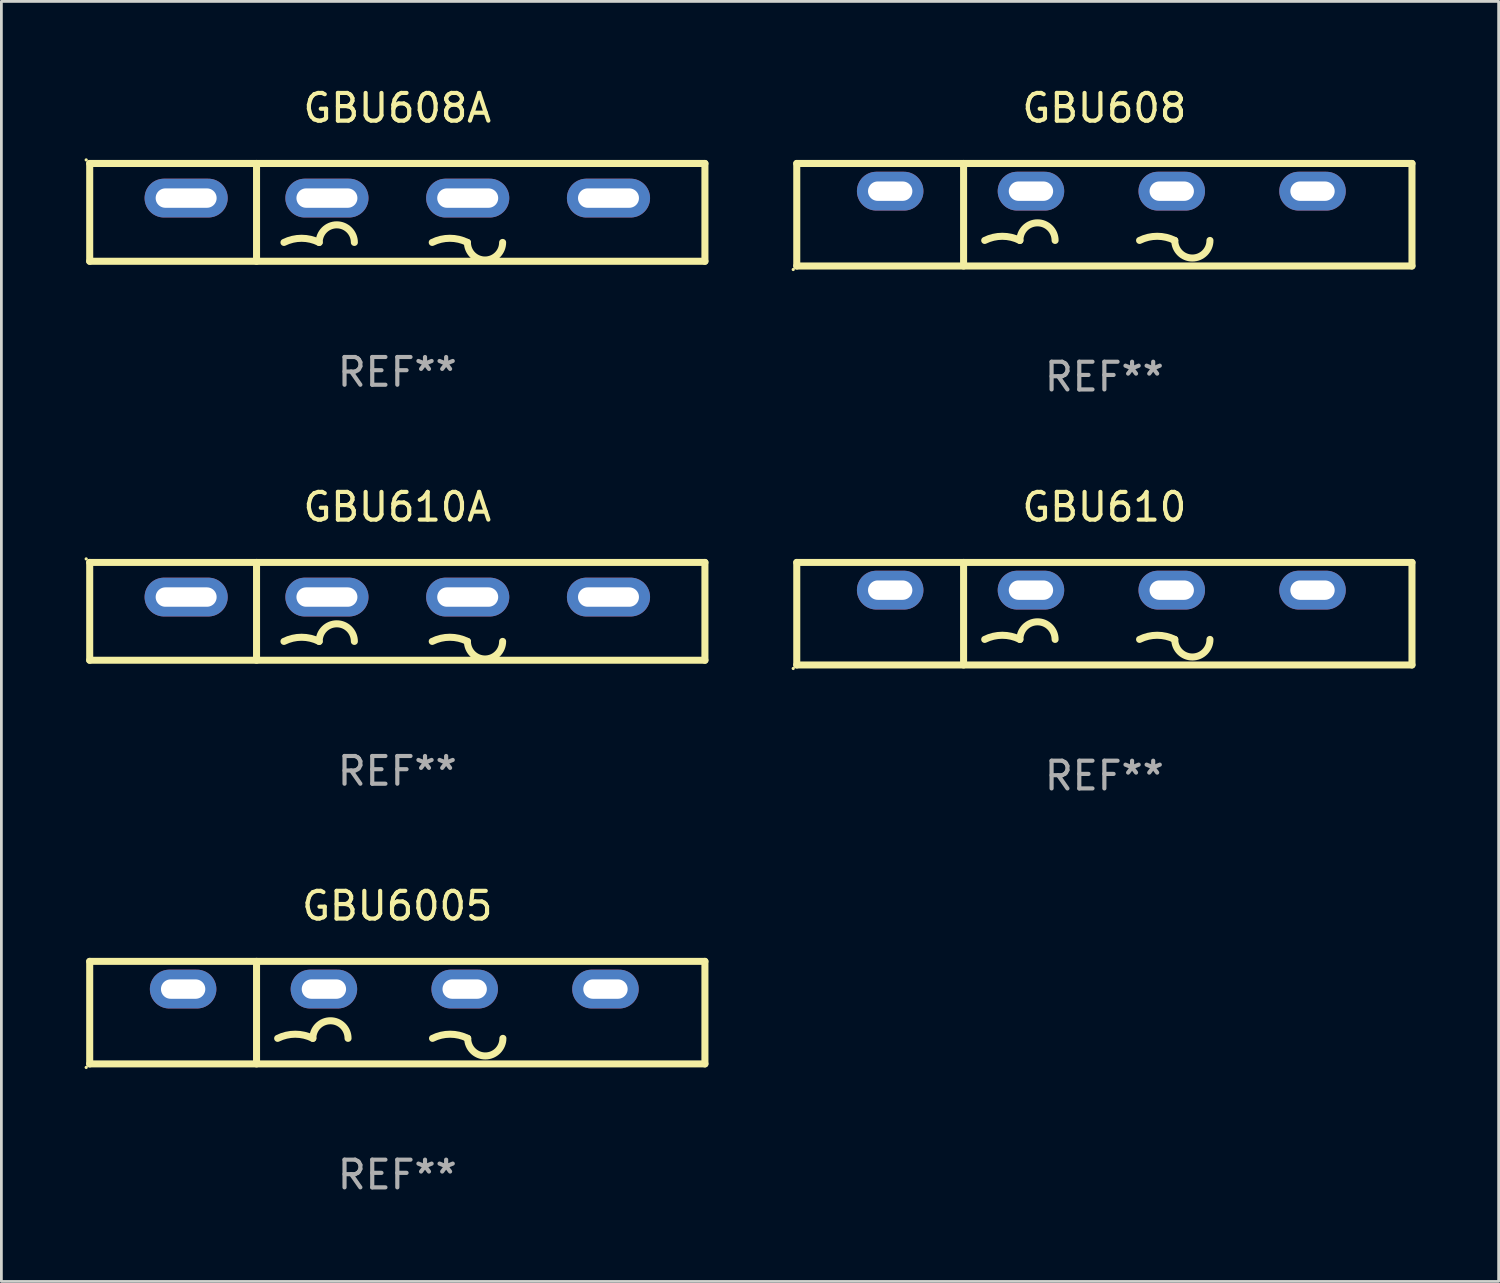
<source format=kicad_pcb>
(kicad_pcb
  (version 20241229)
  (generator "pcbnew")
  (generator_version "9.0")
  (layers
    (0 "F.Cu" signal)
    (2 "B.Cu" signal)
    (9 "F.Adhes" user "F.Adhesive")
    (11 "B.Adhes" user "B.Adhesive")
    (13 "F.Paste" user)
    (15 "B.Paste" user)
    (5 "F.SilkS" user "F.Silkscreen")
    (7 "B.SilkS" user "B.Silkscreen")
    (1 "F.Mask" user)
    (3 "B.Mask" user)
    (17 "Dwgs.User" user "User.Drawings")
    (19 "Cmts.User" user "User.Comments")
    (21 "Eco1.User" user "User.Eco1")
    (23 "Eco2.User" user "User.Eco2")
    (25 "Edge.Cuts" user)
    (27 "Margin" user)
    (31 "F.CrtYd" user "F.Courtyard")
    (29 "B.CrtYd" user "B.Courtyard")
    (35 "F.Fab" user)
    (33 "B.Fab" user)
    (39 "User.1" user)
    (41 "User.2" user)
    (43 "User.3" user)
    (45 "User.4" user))
  (footprint "GBU608A"
    (layer "F.Cu")
    (at 11.287 4.613)
    (property "Reference" "GBU608A" (at 0 -3.765 0) (layer "F.SilkS") (effects (font (size 1 1) (thickness 0.15))))
    (attr through_hole)
    (fp_line (start -11.1 -1.765) (end 11.1 -1.765) (stroke (width 0.254) (type solid)) (layer "F.SilkS"))
    (fp_line (start -11.1 1.765) (end -11.1 -1.765) (stroke (width 0.254) (type solid)) (layer "F.SilkS"))
    (fp_line (start -5.08 -1.765) (end -5.08 1.765) (stroke (width 0.254) (type solid)) (layer "F.SilkS"))
    (fp_line (start 11.1 -1.765) (end 11.1 1.765) (stroke (width 0.254) (type solid)) (layer "F.SilkS"))
    (fp_line (start 11.1 1.765) (end -11.1 1.765) (stroke (width 0.254) (type solid)) (layer "F.SilkS"))
    (fp_arc (start -4.089992 1.084963) (mid -3.454991 0.93506) (end -2.819989 1.084963) (stroke (width 0.254001) (type solid)) (layer "F.SilkS"))
    (fp_arc (start -2.819991 1.084963) (mid -2.184989 0.449961) (end -1.549987 1.084963) (stroke (width 0.254001) (type solid)) (layer "F.SilkS"))
    (fp_arc (start 1.259995 1.084963) (mid 1.894996 0.93506) (end 2.529998 1.084963) (stroke (width 0.254001) (type solid)) (layer "F.SilkS"))
    (fp_arc (start 3.8 1.084963) (mid 3.164999 1.719964) (end 2.529998 1.084963) (stroke (width 0.254001) (type solid)) (layer "F.SilkS"))
    (fp_circle (center -11.227 -1.892) (end -11.197 -1.892) (stroke (width 0.06) (type solid)) (fill no) (layer "F.SilkS"))
    (fp_text user "-" (at 8.65 3.335 0) (layer "B.Mask") (effects (font (size 1 1) (thickness 0.15))))
    (fp_text user "+" (at -7 3.085 0) (layer "B.Mask") (effects (font (size 1 1) (thickness 0.15))))
    (fp_text user "REF**" (at 0 5.765 0) (layer "F.Fab") (effects (font (size 1 1) (thickness 0.15))))
    (pad "1" thru_hole oval (at -7.62 -0.515 180) (size 3 1.4) (drill oval 2.2 0.7) (layers "*.Cu" "*.Mask"))
    (pad "2" thru_hole oval (at -2.54 -0.515 180) (size 3 1.4) (drill oval 2.2 0.7) (layers "*.Cu" "*.Mask"))
    (pad "3" thru_hole oval (at 2.54 -0.515 180) (size 3 1.4) (drill oval 2.2 0.7) (layers "*.Cu" "*.Mask"))
    (pad "4" thru_hole oval (at 7.62 -0.515 180) (size 3 1.4) (drill oval 2.2 0.7) (layers "*.Cu" "*.Mask")))
  (footprint "GBU608"
    (layer "F.Cu")
    (at 36.801 4.698)
    (property "Reference" "GBU608" (at 0 -3.85 0) (layer "F.SilkS") (effects (font (size 1 1) (thickness 0.15))))
    (attr through_hole)
    (fp_line (start -11.1 -1.85) (end 11.1 -1.85) (stroke (width 0.254) (type solid)) (layer "F.SilkS"))
    (fp_line (start -11.1 1.85) (end -11.1 -1.85) (stroke (width 0.254) (type solid)) (layer "F.SilkS"))
    (fp_line (start -5.08 -1.85) (end -5.08 1.85) (stroke (width 0.254) (type solid)) (layer "F.SilkS"))
    (fp_line (start 11.1 -1.85) (end 11.1 1.85) (stroke (width 0.254) (type solid)) (layer "F.SilkS"))
    (fp_line (start 11.1 1.85) (end -11.1 1.85) (stroke (width 0.254) (type solid)) (layer "F.SilkS"))
    (fp_arc (start -4.318009 0.927991) (mid -3.683008 0.778087) (end -3.048007 0.92799) (stroke (width 0.254001) (type solid)) (layer "F.SilkS"))
    (fp_arc (start -3.048006 0.927991) (mid -2.413005 0.29299) (end -1.778004 0.927991) (stroke (width 0.254001) (type solid)) (layer "F.SilkS"))
    (fp_arc (start 1.270003 0.927991) (mid 1.905004 0.778088) (end 2.540005 0.927991) (stroke (width 0.254001) (type solid)) (layer "F.SilkS"))
    (fp_arc (start 3.810008 0.927991) (mid 3.175006 1.562993) (end 2.540004 0.927991) (stroke (width 0.254001) (type solid)) (layer "F.SilkS"))
    (fp_circle (center -11.227 1.977) (end -11.197 1.977) (stroke (width 0.06) (type solid)) (fill no) (layer "F.SilkS"))
    (fp_text user "-" (at 6.751 0.85 0) (layer "B.Mask") (effects (font (size 1 1) (thickness 0.15))))
    (fp_text user "+" (at -8.549 0.85 0) (layer "B.Mask") (effects (font (size 1 1) (thickness 0.15))))
    (fp_text user "REF**" (at 0 5.85 0) (layer "F.Fab") (effects (font (size 1 1) (thickness 0.15))))
    (pad "1" thru_hole oval (at -7.729 -0.85 180) (size 2.4 1.4) (drill oval 1.6 0.7) (layers "*.Cu" "*.Mask"))
    (pad "2" thru_hole oval (at -2.649 -0.85 180) (size 2.4 1.4) (drill oval 1.6 0.7) (layers "*.Cu" "*.Mask"))
    (pad "3" thru_hole oval (at 2.431 -0.85 180) (size 2.4 1.4) (drill oval 1.6 0.7) (layers "*.Cu" "*.Mask"))
    (pad "4" thru_hole oval (at 7.511 -0.85 180) (size 2.4 1.4) (drill oval 1.6 0.7) (layers "*.Cu" "*.Mask")))
  (footprint "GBU6005"
    (layer "F.Cu")
    (at 11.287 33.491)
    (property "Reference" "GBU6005" (at 0 -3.85 0) (layer "F.SilkS") (effects (font (size 1 1) (thickness 0.15))))
    (attr through_hole)
    (fp_line (start -11.1 -1.85) (end 11.1 -1.85) (stroke (width 0.254) (type solid)) (layer "F.SilkS"))
    (fp_line (start -11.1 1.85) (end -11.1 -1.85) (stroke (width 0.254) (type solid)) (layer "F.SilkS"))
    (fp_line (start -5.08 -1.85) (end -5.08 1.85) (stroke (width 0.254) (type solid)) (layer "F.SilkS"))
    (fp_line (start 11.1 -1.85) (end 11.1 1.85) (stroke (width 0.254) (type solid)) (layer "F.SilkS"))
    (fp_line (start 11.1 1.85) (end -11.1 1.85) (stroke (width 0.254) (type solid)) (layer "F.SilkS"))
    (fp_arc (start -4.318009 0.927991) (mid -3.683008 0.778087) (end -3.048007 0.92799) (stroke (width 0.254001) (type solid)) (layer "F.SilkS"))
    (fp_arc (start -3.048006 0.927991) (mid -2.413005 0.29299) (end -1.778004 0.927991) (stroke (width 0.254001) (type solid)) (layer "F.SilkS"))
    (fp_arc (start 1.270003 0.927991) (mid 1.905004 0.778088) (end 2.540005 0.927991) (stroke (width 0.254001) (type solid)) (layer "F.SilkS"))
    (fp_arc (start 3.810008 0.927991) (mid 3.175006 1.562993) (end 2.540004 0.927991) (stroke (width 0.254001) (type solid)) (layer "F.SilkS"))
    (fp_circle (center -11.227 1.977) (end -11.197 1.977) (stroke (width 0.06) (type solid)) (fill no) (layer "F.SilkS"))
    (fp_text user "+" (at -8.549 0.85 0) (layer "B.Mask") (effects (font (size 1 1) (thickness 0.15))))
    (fp_text user "-" (at 6.751 0.85 0) (layer "B.Mask") (effects (font (size 1 1) (thickness 0.15))))
    (fp_text user "REF**" (at 0 5.85 0) (layer "F.Fab") (effects (font (size 1 1) (thickness 0.15))))
    (pad "1" thru_hole oval (at -7.729 -0.85 180) (size 2.4 1.4) (drill oval 1.6 0.7) (layers "*.Cu" "*.Mask"))
    (pad "2" thru_hole oval (at -2.649 -0.85 180) (size 2.4 1.4) (drill oval 1.6 0.7) (layers "*.Cu" "*.Mask"))
    (pad "3" thru_hole oval (at 2.431 -0.85 180) (size 2.4 1.4) (drill oval 1.6 0.7) (layers "*.Cu" "*.Mask"))
    (pad "4" thru_hole oval (at 7.511 -0.85 180) (size 2.4 1.4) (drill oval 1.6 0.7) (layers "*.Cu" "*.Mask")))
  (footprint "GBU610"
    (layer "F.Cu")
    (at 36.801 19.095)
    (property "Reference" "GBU610" (at 0 -3.85 0) (layer "F.SilkS") (effects (font (size 1 1) (thickness 0.15))))
    (attr through_hole)
    (fp_line (start -11.1 -1.85) (end 11.1 -1.85) (stroke (width 0.254) (type solid)) (layer "F.SilkS"))
    (fp_line (start -11.1 1.85) (end -11.1 -1.85) (stroke (width 0.254) (type solid)) (layer "F.SilkS"))
    (fp_line (start -5.08 -1.85) (end -5.08 1.85) (stroke (width 0.254) (type solid)) (layer "F.SilkS"))
    (fp_line (start 11.1 -1.85) (end 11.1 1.85) (stroke (width 0.254) (type solid)) (layer "F.SilkS"))
    (fp_line (start 11.1 1.85) (end -11.1 1.85) (stroke (width 0.254) (type solid)) (layer "F.SilkS"))
    (fp_arc (start -4.318009 0.927991) (mid -3.683008 0.778087) (end -3.048007 0.92799) (stroke (width 0.254001) (type solid)) (layer "F.SilkS"))
    (fp_arc (start -3.048006 0.927991) (mid -2.413005 0.29299) (end -1.778004 0.927991) (stroke (width 0.254001) (type solid)) (layer "F.SilkS"))
    (fp_arc (start 1.270003 0.927991) (mid 1.905004 0.778088) (end 2.540005 0.927991) (stroke (width 0.254001) (type solid)) (layer "F.SilkS"))
    (fp_arc (start 3.810008 0.927991) (mid 3.175006 1.562993) (end 2.540004 0.927991) (stroke (width 0.254001) (type solid)) (layer "F.SilkS"))
    (fp_circle (center -11.227 1.977) (end -11.197 1.977) (stroke (width 0.06) (type solid)) (fill no) (layer "F.SilkS"))
    (fp_text user "-" (at 6.751 0.85 0) (layer "B.Mask") (effects (font (size 1 1) (thickness 0.15))))
    (fp_text user "+" (at -8.549 0.85 0) (layer "B.Mask") (effects (font (size 1 1) (thickness 0.15))))
    (fp_text user "REF**" (at 0 5.85 0) (layer "F.Fab") (effects (font (size 1 1) (thickness 0.15))))
    (pad "1" thru_hole oval (at -7.729 -0.85 180) (size 2.4 1.4) (drill oval 1.6 0.7) (layers "*.Cu" "*.Mask"))
    (pad "2" thru_hole oval (at -2.649 -0.85 180) (size 2.4 1.4) (drill oval 1.6 0.7) (layers "*.Cu" "*.Mask"))
    (pad "3" thru_hole oval (at 2.431 -0.85 180) (size 2.4 1.4) (drill oval 1.6 0.7) (layers "*.Cu" "*.Mask"))
    (pad "4" thru_hole oval (at 7.511 -0.85 180) (size 2.4 1.4) (drill oval 1.6 0.7) (layers "*.Cu" "*.Mask")))
  (footprint "GBU610A"
    (layer "F.Cu")
    (at 11.287 19.01)
    (property "Reference" "GBU610A" (at 0 -3.765 0) (layer "F.SilkS") (effects (font (size 1 1) (thickness 0.15))))
    (attr through_hole)
    (fp_line (start -11.1 -1.765) (end 11.1 -1.765) (stroke (width 0.254) (type solid)) (layer "F.SilkS"))
    (fp_line (start -11.1 1.765) (end -11.1 -1.765) (stroke (width 0.254) (type solid)) (layer "F.SilkS"))
    (fp_line (start -5.08 -1.765) (end -5.08 1.765) (stroke (width 0.254) (type solid)) (layer "F.SilkS"))
    (fp_line (start 11.1 -1.765) (end 11.1 1.765) (stroke (width 0.254) (type solid)) (layer "F.SilkS"))
    (fp_line (start 11.1 1.765) (end -11.1 1.765) (stroke (width 0.254) (type solid)) (layer "F.SilkS"))
    (fp_arc (start -4.089992 1.084963) (mid -3.454991 0.93506) (end -2.819989 1.084963) (stroke (width 0.254001) (type solid)) (layer "F.SilkS"))
    (fp_arc (start -2.819991 1.084963) (mid -2.184989 0.449961) (end -1.549987 1.084963) (stroke (width 0.254001) (type solid)) (layer "F.SilkS"))
    (fp_arc (start 1.259995 1.084963) (mid 1.894996 0.93506) (end 2.529998 1.084963) (stroke (width 0.254001) (type solid)) (layer "F.SilkS"))
    (fp_arc (start 3.8 1.084963) (mid 3.164999 1.719964) (end 2.529998 1.084963) (stroke (width 0.254001) (type solid)) (layer "F.SilkS"))
    (fp_circle (center -11.227 -1.892) (end -11.197 -1.892) (stroke (width 0.06) (type solid)) (fill no) (layer "F.SilkS"))
    (fp_text user "-" (at 8.65 3.335 0) (layer "B.Mask") (effects (font (size 1 1) (thickness 0.15))))
    (fp_text user "+" (at -7 3.085 0) (layer "B.Mask") (effects (font (size 1 1) (thickness 0.15))))
    (fp_text user "REF**" (at 0 5.765 0) (layer "F.Fab") (effects (font (size 1 1) (thickness 0.15))))
    (pad "1" thru_hole oval (at -7.62 -0.515 180) (size 3 1.4) (drill oval 2.2 0.7) (layers "*.Cu" "*.Mask"))
    (pad "2" thru_hole oval (at -2.54 -0.515 180) (size 3 1.4) (drill oval 2.2 0.7) (layers "*.Cu" "*.Mask"))
    (pad "3" thru_hole oval (at 2.54 -0.515 180) (size 3 1.4) (drill oval 2.2 0.7) (layers "*.Cu" "*.Mask"))
    (pad "4" thru_hole oval (at 7.62 -0.515 180) (size 3 1.4) (drill oval 2.2 0.7) (layers "*.Cu" "*.Mask")))
  (gr_rect
    (start -3 -3)
    (end 51.028 43.19)
    (stroke (width 0.1) (type default))
    (fill no)
    (layer "Edge.Cuts")))
</source>
